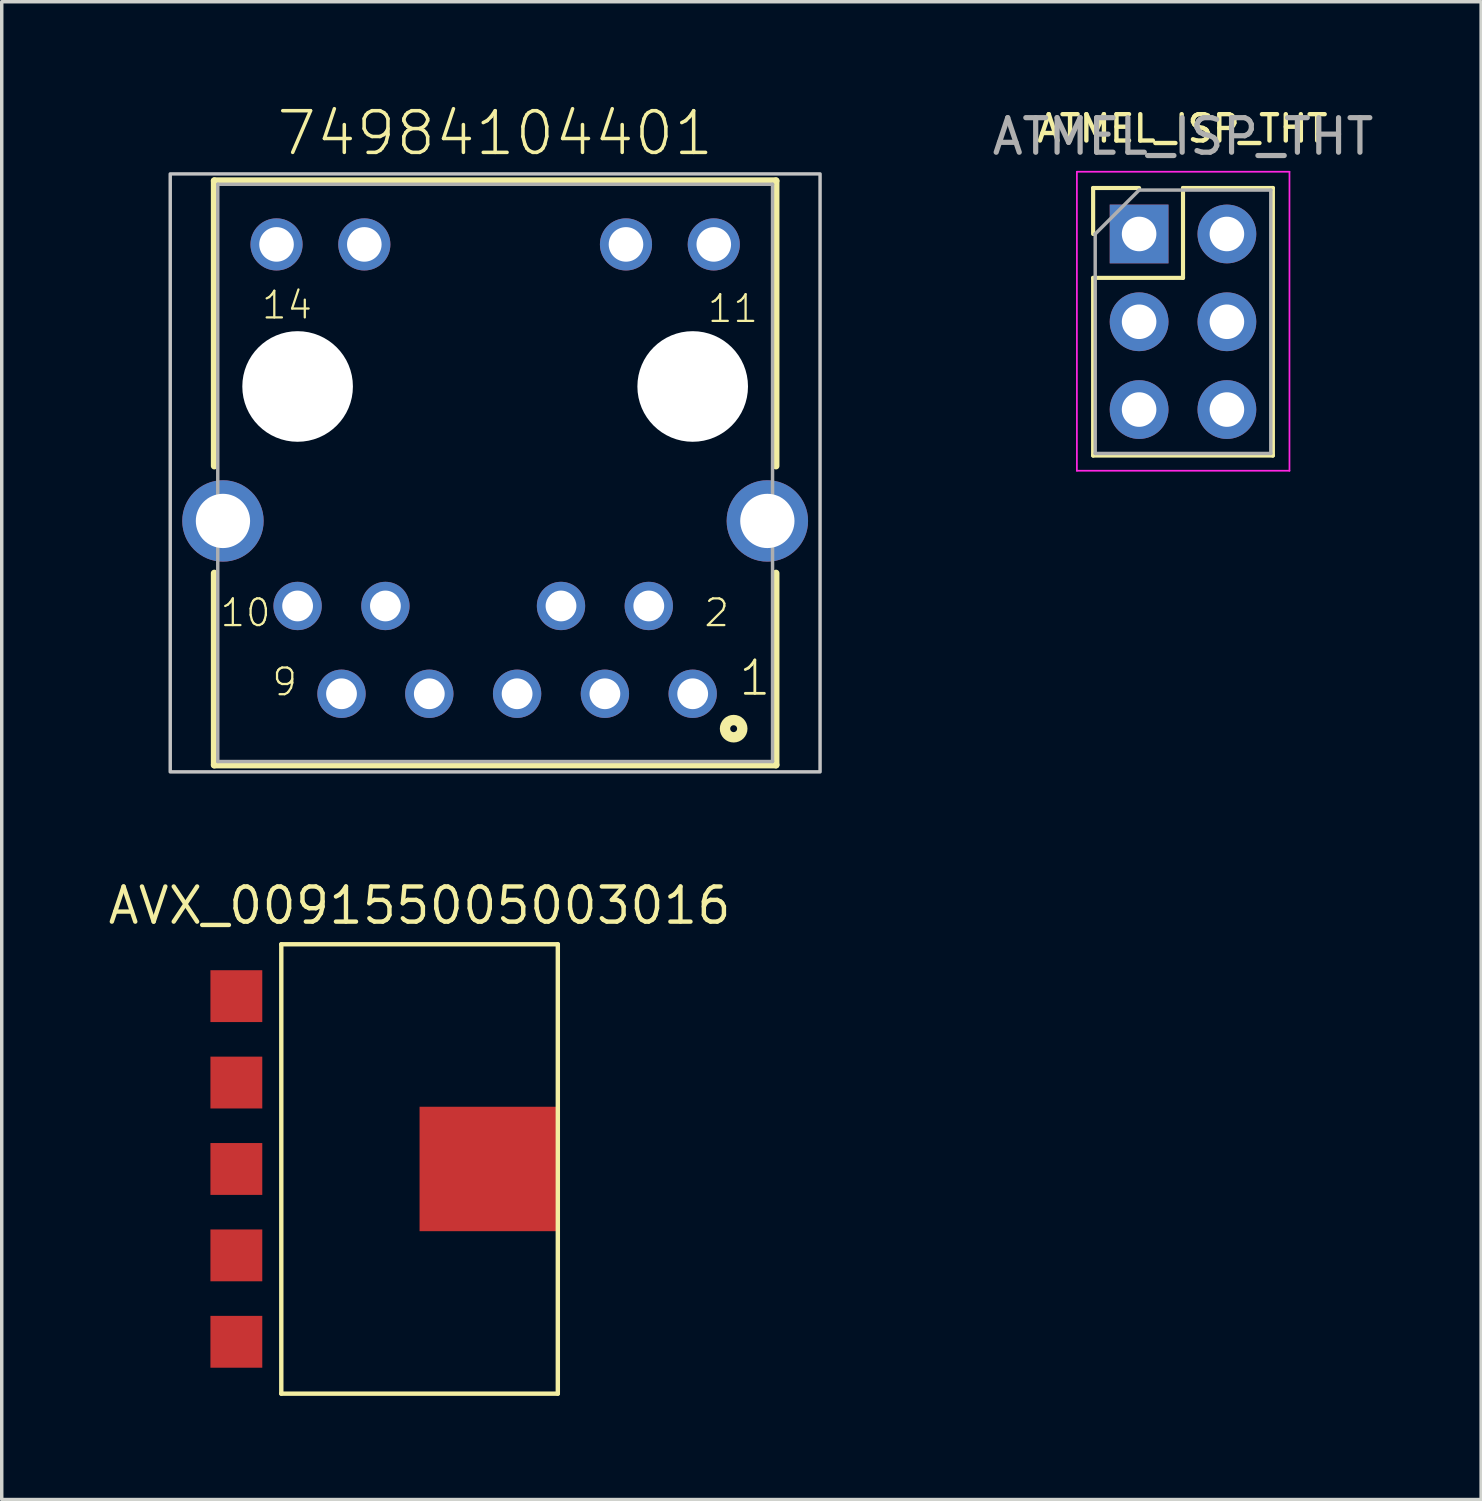
<source format=kicad_pcb>
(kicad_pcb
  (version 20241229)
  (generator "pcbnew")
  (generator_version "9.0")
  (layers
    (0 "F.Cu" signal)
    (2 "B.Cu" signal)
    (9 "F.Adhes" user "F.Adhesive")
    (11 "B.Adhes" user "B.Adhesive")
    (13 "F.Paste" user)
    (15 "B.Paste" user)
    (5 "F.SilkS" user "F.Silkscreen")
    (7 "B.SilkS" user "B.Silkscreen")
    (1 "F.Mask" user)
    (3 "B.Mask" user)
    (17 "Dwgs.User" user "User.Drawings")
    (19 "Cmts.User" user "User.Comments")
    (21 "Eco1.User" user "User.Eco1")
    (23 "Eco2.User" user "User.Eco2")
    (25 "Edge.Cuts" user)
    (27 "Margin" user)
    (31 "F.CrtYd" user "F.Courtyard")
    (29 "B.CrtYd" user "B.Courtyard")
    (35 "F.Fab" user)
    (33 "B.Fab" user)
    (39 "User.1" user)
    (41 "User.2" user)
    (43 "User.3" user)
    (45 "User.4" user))
  (footprint "ATMEL_ISP_THT"
    (layer "F.Cu")
    (at 29.905 3.719)
    (property "Reference" "ATMEL_ISP_THT" (at 1.25 -3.05 0) (layer "F.SilkS") (effects (font (size 0.762 0.762) (thickness 0.127))))
    (attr through_hole)
    (fp_line (start -1.33 -1.33) (end 0 -1.33) (stroke (width 0.12) (type solid)) (layer "F.SilkS"))
    (fp_line (start -1.33 0) (end -1.33 -1.33) (stroke (width 0.12) (type solid)) (layer "F.SilkS"))
    (fp_line (start -1.33 1.27) (end -1.33 6.41) (stroke (width 0.12) (type solid)) (layer "F.SilkS"))
    (fp_line (start -1.33 1.27) (end 1.27 1.27) (stroke (width 0.12) (type solid)) (layer "F.SilkS"))
    (fp_line (start -1.33 6.41) (end 3.87 6.41) (stroke (width 0.12) (type solid)) (layer "F.SilkS"))
    (fp_line (start 1.27 -1.33) (end 3.87 -1.33) (stroke (width 0.12) (type solid)) (layer "F.SilkS"))
    (fp_line (start 1.27 1.27) (end 1.27 -1.33) (stroke (width 0.12) (type solid)) (layer "F.SilkS"))
    (fp_line (start 3.87 -1.33) (end 3.87 6.41) (stroke (width 0.12) (type solid)) (layer "F.SilkS"))
    (fp_line (start -1.8 -1.8) (end -1.8 6.85) (stroke (width 0.05) (type solid)) (layer "F.CrtYd"))
    (fp_line (start -1.8 6.85) (end 4.35 6.85) (stroke (width 0.05) (type solid)) (layer "F.CrtYd"))
    (fp_line (start 4.35 -1.8) (end -1.8 -1.8) (stroke (width 0.05) (type solid)) (layer "F.CrtYd"))
    (fp_line (start 4.35 6.85) (end 4.35 -1.8) (stroke (width 0.05) (type solid)) (layer "F.CrtYd"))
    (fp_line (start -1.27 0) (end 0 -1.27) (stroke (width 0.1) (type solid)) (layer "F.Fab"))
    (fp_line (start -1.27 6.35) (end -1.27 0) (stroke (width 0.1) (type solid)) (layer "F.Fab"))
    (fp_line (start 0 -1.27) (end 3.81 -1.27) (stroke (width 0.1) (type solid)) (layer "F.Fab"))
    (fp_line (start 3.81 -1.27) (end 3.81 6.35) (stroke (width 0.1) (type solid)) (layer "F.Fab"))
    (fp_line (start 3.81 6.35) (end -1.27 6.35) (stroke (width 0.1) (type solid)) (layer "F.Fab"))
    (fp_text user "${REFERENCE}" (at 1.27 -2.82 180) (layer "F.Fab") (effects (font (size 1 1) (thickness 0.15))))
    (pad "1" thru_hole rect (at 0 0) (size 1.7 1.7) (drill 1) (layers "*.Cu" "*.Mask"))
    (pad "2" thru_hole oval (at 2.54 0) (size 1.7 1.7) (drill 1) (layers "*.Cu" "*.Mask"))
    (pad "3" thru_hole oval (at 0 2.54) (size 1.7 1.7) (drill 1) (layers "*.Cu" "*.Mask"))
    (pad "4" thru_hole oval (at 2.54 2.54) (size 1.7 1.7) (drill 1) (layers "*.Cu" "*.Mask"))
    (pad "5" thru_hole oval (at 0 5.08) (size 1.7 1.7) (drill 1) (layers "*.Cu" "*.Mask"))
    (pad "6" thru_hole oval (at 2.54 5.08) (size 1.7 1.7) (drill 1) (layers "*.Cu" "*.Mask")))
  (footprint "AVX_009155005003016"
    (layer "F.Cu")
    (at 9.088 30.769)
    (property "Reference" "AVX_009155005003016" (at 0 -7.62 0) (layer "F.SilkS") (effects (font (size 1.016 1.016) (thickness 0.127))))
    (attr smd)
    (fp_line (start -4 -6.5) (end -4 6.5) (stroke (width 0.127) (type solid)) (layer "F.SilkS"))
    (fp_line (start -4 6.5) (end 4 6.5) (stroke (width 0.127) (type solid)) (layer "F.SilkS"))
    (fp_line (start 4 -6.5) (end -4 -6.5) (stroke (width 0.127) (type solid)) (layer "F.SilkS"))
    (fp_line (start 4 6.5) (end 4 -6.5) (stroke (width 0.127) (type solid)) (layer "F.SilkS"))
    (pad "1" smd rect (at -5.3 -5) (size 1.5 1.5) (layers "F.Cu" "F.Mask" "F.Paste"))
    (pad "2" smd rect (at -5.3 -2.5) (size 1.5 1.5) (layers "F.Cu" "F.Mask" "F.Paste"))
    (pad "3" smd rect (at -5.3 0) (size 1.5 1.5) (layers "F.Cu" "F.Mask" "F.Paste"))
    (pad "4" smd rect (at -5.3 2.5) (size 1.5 1.5) (layers "F.Cu" "F.Mask" "F.Paste"))
    (pad "5" smd rect (at -5.3 5) (size 1.5 1.5) (layers "F.Cu" "F.Mask" "F.Paste"))
    (pad "NC" smd rect (at 2 0) (size 4 3.6) (layers "F.Cu" "F.Mask" "F.Paste")))
  (footprint "74984104401"
    (layer "F.Cu")
    (at 11.275 8.131)
    (property "Reference" "74984104401" (at 0 -6.62 0) (layer "F.SilkS") (effects (font (size 1.206 1.206) (thickness 0.102)) (justify bottom)))
    (attr through_hole)
    (fp_line (start -8.125 -5.95) (end -8.125 2.3) (stroke (width 0.2) (type solid)) (layer "F.SilkS"))
    (fp_line (start -8.125 10.95) (end -8.125 5.4) (stroke (width 0.2) (type solid)) (layer "F.SilkS"))
    (fp_line (start 8.125 -5.95) (end -8.125 -5.95) (stroke (width 0.2) (type solid)) (layer "F.SilkS"))
    (fp_line (start 8.125 2.3) (end 8.125 -5.95) (stroke (width 0.2) (type solid)) (layer "F.SilkS"))
    (fp_line (start 8.125 10.95) (end -8.125 10.95) (stroke (width 0.2) (type solid)) (layer "F.SilkS"))
    (fp_line (start 8.125 10.95) (end 8.125 5.4) (stroke (width 0.2) (type solid)) (layer "F.SilkS"))
    (fp_circle (center 6.9 9.9) (end 7 9.9) (stroke (width 0.3) (type solid)) (fill no) (layer "F.SilkS"))
    (fp_poly (pts (xy -11.275 2.15) (xy -4.475 2.15) (xy -4.475 4.75) (xy -11.275 4.75)) (stroke (width 0) (type solid)) (fill yes) (layer "F.Paste"))
    (fp_poly (pts (xy -7.165 -5.41) (xy -4.965 -5.41) (xy -4.965 -2.81) (xy -7.165 -2.81)) (stroke (width 0) (type solid)) (fill yes) (layer "F.Paste"))
    (fp_poly (pts (xy -6.735 5.05) (xy -4.535 5.05) (xy -4.535 7.65) (xy -6.735 7.65)) (stroke (width 0) (type solid)) (fill yes) (layer "F.Paste"))
    (fp_poly (pts (xy -5.465 7.95) (xy -3.265 7.95) (xy -3.265 10.55) (xy -5.465 10.55)) (stroke (width 0) (type solid)) (fill yes) (layer "F.Paste"))
    (fp_poly (pts (xy -4.625 -5.41) (xy -2.425 -5.41) (xy -2.425 -2.81) (xy -4.625 -2.81)) (stroke (width 0) (type solid)) (fill yes) (layer "F.Paste"))
    (fp_poly (pts (xy -4.195 5.05) (xy -1.995 5.05) (xy -1.995 7.65) (xy -4.195 7.65)) (stroke (width 0) (type solid)) (fill yes) (layer "F.Paste"))
    (fp_poly (pts (xy -2.925 7.95) (xy -0.725 7.95) (xy -0.725 10.55) (xy -2.925 10.55)) (stroke (width 0) (type solid)) (fill yes) (layer "F.Paste"))
    (fp_poly (pts (xy -0.385 7.95) (xy 1.815 7.95) (xy 1.815 10.55) (xy -0.385 10.55)) (stroke (width 0) (type solid)) (fill yes) (layer "F.Paste"))
    (fp_poly (pts (xy 0.885 5.05) (xy 3.085 5.05) (xy 3.085 7.65) (xy 0.885 7.65)) (stroke (width 0) (type solid)) (fill yes) (layer "F.Paste"))
    (fp_poly (pts (xy 2.155 7.95) (xy 4.355 7.95) (xy 4.355 10.55) (xy 2.155 10.55)) (stroke (width 0) (type solid)) (fill yes) (layer "F.Paste"))
    (fp_poly (pts (xy 2.945 -5.41) (xy 5.145 -5.41) (xy 5.145 -2.81) (xy 2.945 -2.81)) (stroke (width 0) (type solid)) (fill yes) (layer "F.Paste"))
    (fp_poly (pts (xy 3.425 5.05) (xy 5.625 5.05) (xy 5.625 7.65) (xy 3.425 7.65)) (stroke (width 0) (type solid)) (fill yes) (layer "F.Paste"))
    (fp_poly (pts (xy 4.475 2.15) (xy 11.275 2.15) (xy 11.275 4.75) (xy 4.475 4.75)) (stroke (width 0) (type solid)) (fill yes) (layer "F.Paste"))
    (fp_poly (pts (xy 4.695 7.95) (xy 8.195 7.95) (xy 8.195 9.55) (xy 4.695 9.55)) (stroke (width 0) (type solid)) (fill yes) (layer "F.Paste"))
    (fp_poly (pts (xy 5.485 -5.41) (xy 7.685 -5.41) (xy 7.685 -2.81) (xy 5.485 -2.81)) (stroke (width 0) (type solid)) (fill yes) (layer "F.Paste"))
    (fp_poly (pts (xy 9.4 11.15) (xy -9.4 11.15) (xy -9.4 -6.15) (xy 9.4 -6.15)) (stroke (width 0.1) (type solid)) (fill no) (layer "Dwgs.User"))
    (fp_line (start -8.025 -5.85) (end 8.025 -5.85) (stroke (width 0.1) (type solid)) (layer "F.Fab"))
    (fp_line (start -8.025 10.85) (end -8.025 -5.85) (stroke (width 0.1) (type solid)) (layer "F.Fab"))
    (fp_line (start 8.025 -5.85) (end 8.025 10.85) (stroke (width 0.1) (type solid)) (layer "F.Fab"))
    (fp_line (start 8.025 10.85) (end -8.025 10.85) (stroke (width 0.1) (type solid)) (layer "F.Fab"))
    (fp_text user "9" (at -6.5 9 0) (layer "F.SilkS") (effects (font (size 0.772 0.772) (thickness 0.065)) (justify left bottom)))
    (fp_text user "1" (at 7 9 0) (layer "F.SilkS") (effects (font (size 0.965 0.965) (thickness 0.081)) (justify left bottom)))
    (fp_text user "11" (at 6.1 -1.8 0) (layer "F.SilkS") (effects (font (size 0.772 0.772) (thickness 0.065)) (justify left bottom)))
    (fp_text user "14" (at -6.8 -1.9 0) (layer "F.SilkS") (effects (font (size 0.772 0.772) (thickness 0.065)) (justify left bottom)))
    (fp_text user "2" (at 6 7 0) (layer "F.SilkS") (effects (font (size 0.772 0.772) (thickness 0.065)) (justify left bottom)))
    (fp_text user "10" (at -8 7 0) (layer "F.SilkS") (effects (font (size 0.772 0.772) (thickness 0.065)) (justify left bottom)))
    (pad "" np_thru_hole circle (at -5.715 0) (size 3.2 3.2) (drill 3.2) (layers "*.Cu" "*.Mask"))
    (pad "" np_thru_hole circle (at 5.715 0) (size 3.2 3.2) (drill 3.2) (layers "*.Cu" "*.Mask"))
    (pad "1" thru_hole circle (at 5.715 8.89) (size 1.398 1.398) (drill 0.89) (layers "*.Cu" "*.Mask"))
    (pad "2" thru_hole circle (at 4.445 6.35) (size 1.398 1.398) (drill 0.89) (layers "*.Cu" "*.Mask"))
    (pad "3" thru_hole circle (at 3.175 8.89) (size 1.398 1.398) (drill 0.89) (layers "*.Cu" "*.Mask"))
    (pad "4" thru_hole circle (at 1.905 6.35) (size 1.398 1.398) (drill 0.89) (layers "*.Cu" "*.Mask"))
    (pad "5" thru_hole circle (at 0.635 8.89) (size 1.398 1.398) (drill 0.89) (layers "*.Cu" "*.Mask"))
    (pad "7" thru_hole circle (at -1.905 8.89) (size 1.398 1.398) (drill 0.89) (layers "*.Cu" "*.Mask"))
    (pad "8" thru_hole circle (at -3.175 6.35) (size 1.398 1.398) (drill 0.89) (layers "*.Cu" "*.Mask"))
    (pad "9" thru_hole circle (at -4.445 8.89) (size 1.398 1.398) (drill 0.89) (layers "*.Cu" "*.Mask"))
    (pad "10" thru_hole circle (at -5.715 6.35) (size 1.398 1.398) (drill 0.89) (layers "*.Cu" "*.Mask"))
    (pad "11" thru_hole circle (at 6.325 -4.11 180) (size 1.508 1.508) (drill 1) (layers "*.Cu" "*.Mask"))
    (pad "12" thru_hole circle (at 3.785 -4.11 180) (size 1.508 1.508) (drill 1) (layers "*.Cu" "*.Mask"))
    (pad "13" thru_hole circle (at -3.785 -4.11 180) (size 1.508 1.508) (drill 1) (layers "*.Cu" "*.Mask"))
    (pad "14" thru_hole circle (at -6.325 -4.11 180) (size 1.508 1.508) (drill 1) (layers "*.Cu" "*.Mask"))
    (pad "15" thru_hole circle (at 7.875 3.89 180) (size 2.355 2.355) (drill 1.57) (layers "*.Cu" "*.Mask"))
    (pad "16" thru_hole circle (at -7.875 3.89 180) (size 2.355 2.355) (drill 1.57) (layers "*.Cu" "*.Mask")))
  (gr_rect
    (start -3 -3)
    (end 39.8 40.332)
    (stroke (width 0.1) (type default))
    (fill no)
    (layer "Edge.Cuts")))
</source>
